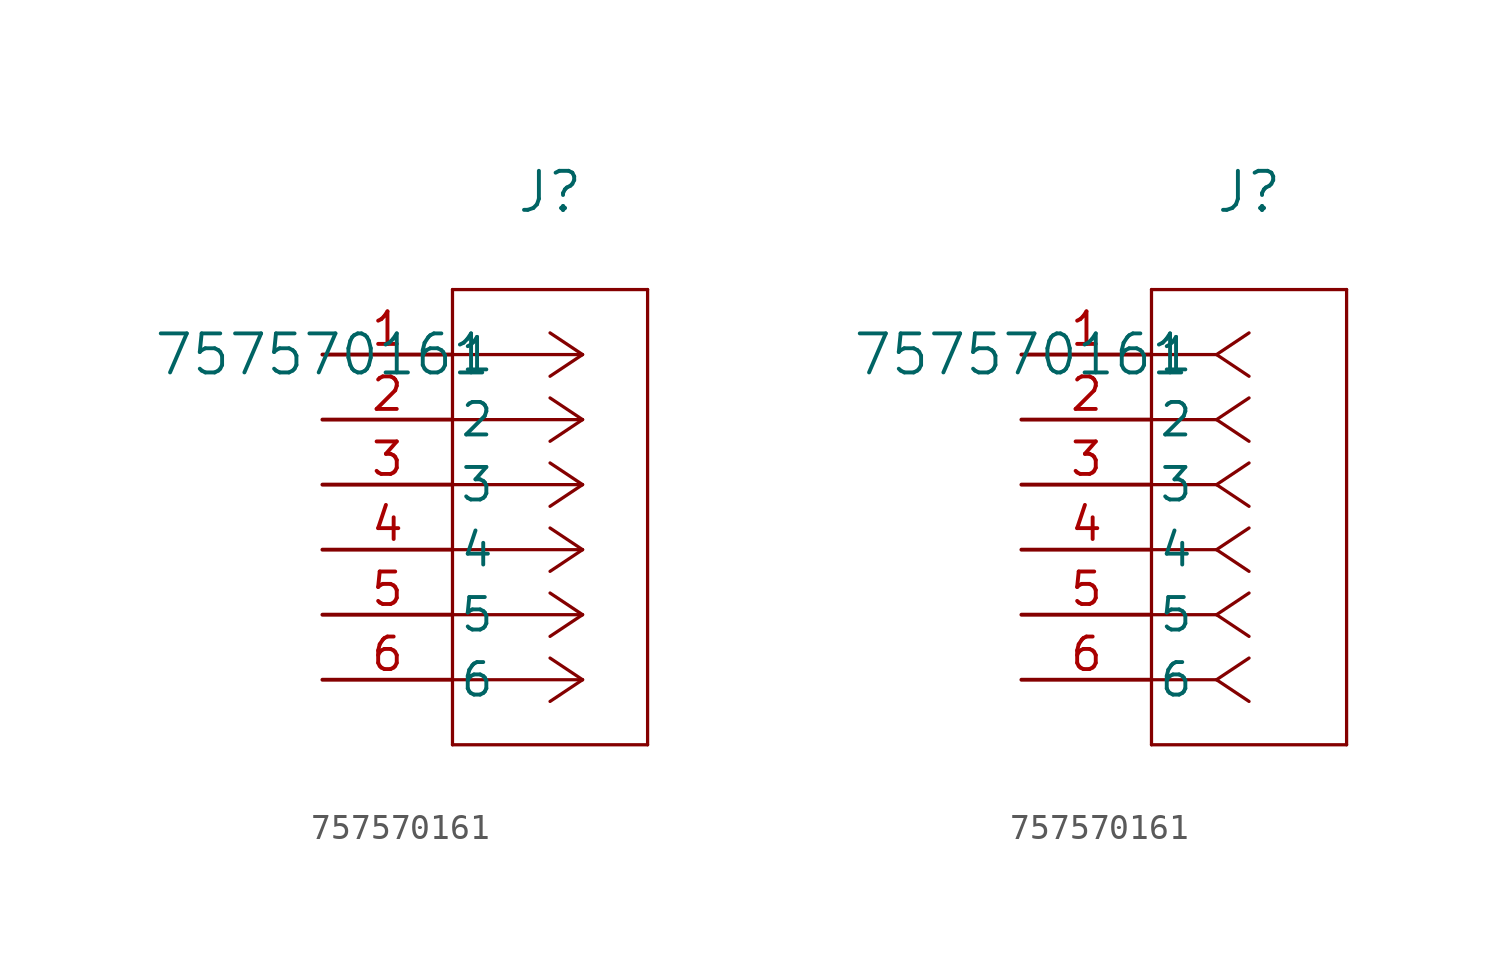
<source format=kicad_sym>
(kicad_symbol_lib
  (version 20211014)
  (generator kicad_symbol_editor)
  (symbol "757570161"
    (pin_names
      (offset 0.254))
    (property "Reference" "J"
      (at 8.89 6.35 0)
      (effects (font (size 1.524 1.524))))
    (property "Value" "757570161"
      (at 0 0 0)
      (effects (font (size 1.524 1.524))))
    (symbol "757570161_1_1"
      (polyline (pts (xy 5.08 -15.24) (xy 12.7 -15.24)) (stroke (width 0.127) (type default) (color 0 0 0 0)) (fill (type none)))
      (polyline (pts (xy 5.08 2.54) (xy 5.08 -15.24)) (stroke (width 0.127) (type default) (color 0 0 0 0)) (fill (type none)))
      (polyline (pts (xy 10.16 -12.7) (xy 5.08 -12.7)) (stroke (width 0.127) (type default) (color 0 0 0 0)) (fill (type none)))
      (polyline (pts (xy 10.16 -12.7) (xy 8.89 -13.547)) (stroke (width 0.127) (type default) (color 0 0 0 0)) (fill (type none)))
      (polyline (pts (xy 10.16 -12.7) (xy 8.89 -11.853)) (stroke (width 0.127) (type default) (color 0 0 0 0)) (fill (type none)))
      (polyline (pts (xy 10.16 -10.16) (xy 5.08 -10.16)) (stroke (width 0.127) (type default) (color 0 0 0 0)) (fill (type none)))
      (polyline (pts (xy 10.16 -10.16) (xy 8.89 -11.007)) (stroke (width 0.127) (type default) (color 0 0 0 0)) (fill (type none)))
      (polyline (pts (xy 10.16 -10.16) (xy 8.89 -9.313)) (stroke (width 0.127) (type default) (color 0 0 0 0)) (fill (type none)))
      (polyline (pts (xy 10.16 -7.62) (xy 5.08 -7.62)) (stroke (width 0.127) (type default) (color 0 0 0 0)) (fill (type none)))
      (polyline (pts (xy 10.16 -7.62) (xy 8.89 -8.467)) (stroke (width 0.127) (type default) (color 0 0 0 0)) (fill (type none)))
      (polyline (pts (xy 10.16 -7.62) (xy 8.89 -6.773)) (stroke (width 0.127) (type default) (color 0 0 0 0)) (fill (type none)))
      (polyline (pts (xy 10.16 -5.08) (xy 5.08 -5.08)) (stroke (width 0.127) (type default) (color 0 0 0 0)) (fill (type none)))
      (polyline (pts (xy 10.16 -5.08) (xy 8.89 -5.927)) (stroke (width 0.127) (type default) (color 0 0 0 0)) (fill (type none)))
      (polyline (pts (xy 10.16 -5.08) (xy 8.89 -4.233)) (stroke (width 0.127) (type default) (color 0 0 0 0)) (fill (type none)))
      (polyline (pts (xy 10.16 -2.54) (xy 5.08 -2.54)) (stroke (width 0.127) (type default) (color 0 0 0 0)) (fill (type none)))
      (polyline (pts (xy 10.16 -2.54) (xy 8.89 -3.387)) (stroke (width 0.127) (type default) (color 0 0 0 0)) (fill (type none)))
      (polyline (pts (xy 10.16 -2.54) (xy 8.89 -1.693)) (stroke (width 0.127) (type default) (color 0 0 0 0)) (fill (type none)))
      (polyline (pts (xy 10.16 0) (xy 5.08 0)) (stroke (width 0.127) (type default) (color 0 0 0 0)) (fill (type none)))
      (polyline (pts (xy 10.16 0) (xy 8.89 -0.847)) (stroke (width 0.127) (type default) (color 0 0 0 0)) (fill (type none)))
      (polyline (pts (xy 10.16 0) (xy 8.89 0.847)) (stroke (width 0.127) (type default) (color 0 0 0 0)) (fill (type none)))
      (polyline (pts (xy 12.7 -15.24) (xy 12.7 2.54)) (stroke (width 0.127) (type default) (color 0 0 0 0)) (fill (type none)))
      (polyline (pts (xy 12.7 2.54) (xy 5.08 2.54)) (stroke (width 0.127) (type default) (color 0 0 0 0)) (fill (type none)))
      (pin unspecified line (at 0 0 0) (length 5.08) (name "1" (effects (font (size 1.27 1.27)))) (number "1" (effects (font (size 1.27 1.27)))))
      (pin unspecified line (at 0 -2.54 0) (length 5.08) (name "2" (effects (font (size 1.27 1.27)))) (number "2" (effects (font (size 1.27 1.27)))))
      (pin unspecified line (at 0 -5.08 0) (length 5.08) (name "3" (effects (font (size 1.27 1.27)))) (number "3" (effects (font (size 1.27 1.27)))))
      (pin unspecified line (at 0 -7.62 0) (length 5.08) (name "4" (effects (font (size 1.27 1.27)))) (number "4" (effects (font (size 1.27 1.27)))))
      (pin unspecified line (at 0 -10.16 0) (length 5.08) (name "5" (effects (font (size 1.27 1.27)))) (number "5" (effects (font (size 1.27 1.27)))))
      (pin unspecified line (at 0 -12.7 0) (length 5.08) (name "6" (effects (font (size 1.27 1.27)))) (number "6" (effects (font (size 1.27 1.27))))))
    (symbol "757570161_1_2"
      (polyline (pts (xy 5.08 -15.24) (xy 12.7 -15.24)) (stroke (width 0.127) (type default) (color 0 0 0 0)) (fill (type none)))
      (polyline (pts (xy 5.08 2.54) (xy 5.08 -15.24)) (stroke (width 0.127) (type default) (color 0 0 0 0)) (fill (type none)))
      (polyline (pts (xy 7.62 -12.7) (xy 5.08 -12.7)) (stroke (width 0.127) (type default) (color 0 0 0 0)) (fill (type none)))
      (polyline (pts (xy 7.62 -12.7) (xy 8.89 -13.547)) (stroke (width 0.127) (type default) (color 0 0 0 0)) (fill (type none)))
      (polyline (pts (xy 7.62 -12.7) (xy 8.89 -11.853)) (stroke (width 0.127) (type default) (color 0 0 0 0)) (fill (type none)))
      (polyline (pts (xy 7.62 -10.16) (xy 5.08 -10.16)) (stroke (width 0.127) (type default) (color 0 0 0 0)) (fill (type none)))
      (polyline (pts (xy 7.62 -10.16) (xy 8.89 -11.007)) (stroke (width 0.127) (type default) (color 0 0 0 0)) (fill (type none)))
      (polyline (pts (xy 7.62 -10.16) (xy 8.89 -9.313)) (stroke (width 0.127) (type default) (color 0 0 0 0)) (fill (type none)))
      (polyline (pts (xy 7.62 -7.62) (xy 5.08 -7.62)) (stroke (width 0.127) (type default) (color 0 0 0 0)) (fill (type none)))
      (polyline (pts (xy 7.62 -7.62) (xy 8.89 -8.467)) (stroke (width 0.127) (type default) (color 0 0 0 0)) (fill (type none)))
      (polyline (pts (xy 7.62 -7.62) (xy 8.89 -6.773)) (stroke (width 0.127) (type default) (color 0 0 0 0)) (fill (type none)))
      (polyline (pts (xy 7.62 -5.08) (xy 5.08 -5.08)) (stroke (width 0.127) (type default) (color 0 0 0 0)) (fill (type none)))
      (polyline (pts (xy 7.62 -5.08) (xy 8.89 -5.927)) (stroke (width 0.127) (type default) (color 0 0 0 0)) (fill (type none)))
      (polyline (pts (xy 7.62 -5.08) (xy 8.89 -4.233)) (stroke (width 0.127) (type default) (color 0 0 0 0)) (fill (type none)))
      (polyline (pts (xy 7.62 -2.54) (xy 5.08 -2.54)) (stroke (width 0.127) (type default) (color 0 0 0 0)) (fill (type none)))
      (polyline (pts (xy 7.62 -2.54) (xy 8.89 -3.387)) (stroke (width 0.127) (type default) (color 0 0 0 0)) (fill (type none)))
      (polyline (pts (xy 7.62 -2.54) (xy 8.89 -1.693)) (stroke (width 0.127) (type default) (color 0 0 0 0)) (fill (type none)))
      (polyline (pts (xy 7.62 0) (xy 5.08 0)) (stroke (width 0.127) (type default) (color 0 0 0 0)) (fill (type none)))
      (polyline (pts (xy 7.62 0) (xy 8.89 -0.847)) (stroke (width 0.127) (type default) (color 0 0 0 0)) (fill (type none)))
      (polyline (pts (xy 7.62 0) (xy 8.89 0.847)) (stroke (width 0.127) (type default) (color 0 0 0 0)) (fill (type none)))
      (polyline (pts (xy 12.7 -15.24) (xy 12.7 2.54)) (stroke (width 0.127) (type default) (color 0 0 0 0)) (fill (type none)))
      (polyline (pts (xy 12.7 2.54) (xy 5.08 2.54)) (stroke (width 0.127) (type default) (color 0 0 0 0)) (fill (type none)))
      (pin unspecified line (at 0 0 0) (length 5.08) (name "1" (effects (font (size 1.27 1.27)))) (number "1" (effects (font (size 1.27 1.27)))))
      (pin unspecified line (at 0 -2.54 0) (length 5.08) (name "2" (effects (font (size 1.27 1.27)))) (number "2" (effects (font (size 1.27 1.27)))))
      (pin unspecified line (at 0 -5.08 0) (length 5.08) (name "3" (effects (font (size 1.27 1.27)))) (number "3" (effects (font (size 1.27 1.27)))))
      (pin unspecified line (at 0 -7.62 0) (length 5.08) (name "4" (effects (font (size 1.27 1.27)))) (number "4" (effects (font (size 1.27 1.27)))))
      (pin unspecified line (at 0 -10.16 0) (length 5.08) (name "5" (effects (font (size 1.27 1.27)))) (number "5" (effects (font (size 1.27 1.27)))))
      (pin unspecified line (at 0 -12.7 0) (length 5.08) (name "6" (effects (font (size 1.27 1.27)))) (number "6" (effects (font (size 1.27 1.27))))))))
</source>
